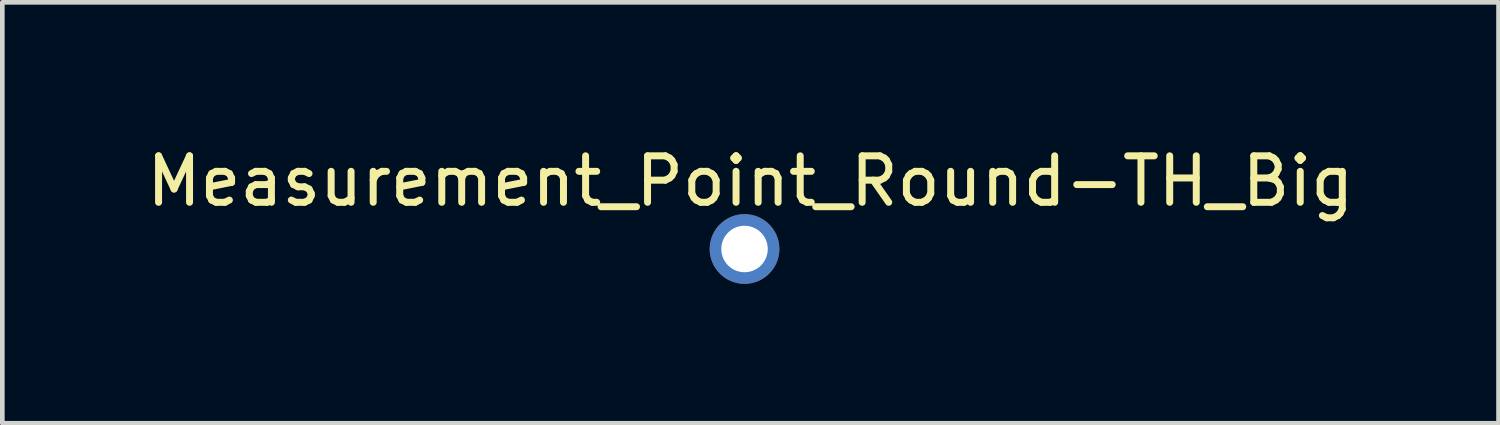
<source format=kicad_pcb>
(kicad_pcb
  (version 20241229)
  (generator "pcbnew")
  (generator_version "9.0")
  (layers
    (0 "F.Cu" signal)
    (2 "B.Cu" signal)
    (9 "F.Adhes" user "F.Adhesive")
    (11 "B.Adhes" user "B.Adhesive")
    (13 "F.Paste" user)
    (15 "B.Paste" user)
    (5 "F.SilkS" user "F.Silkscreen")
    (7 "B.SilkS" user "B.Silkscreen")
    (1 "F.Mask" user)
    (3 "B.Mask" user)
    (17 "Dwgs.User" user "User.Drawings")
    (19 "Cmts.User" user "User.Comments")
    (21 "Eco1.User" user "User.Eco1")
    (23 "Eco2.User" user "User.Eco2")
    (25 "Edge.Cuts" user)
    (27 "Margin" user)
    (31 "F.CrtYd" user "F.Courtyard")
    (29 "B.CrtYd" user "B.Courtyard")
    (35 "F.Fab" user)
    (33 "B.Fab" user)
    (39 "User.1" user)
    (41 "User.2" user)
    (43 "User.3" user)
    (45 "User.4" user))
  (footprint "Measurement_Point_Round-TH_Big"
    (layer "F.Cu")
    (at 12.974 2.309)
    (property "Reference" "Measurement_Point_Round-TH_Big" (at 0.127 -1.46 0) (layer "F.SilkS") (effects (font (size 1 1) (thickness 0.15))))
    (attr exclude_from_pos_files exclude_from_bom)
    (pad "1" thru_hole circle (at 0 0) (size 1.5 1.5) (drill 1) (layers "*.Cu" "*.Mask")))
  (gr_rect
    (start -3 -3)
    (end 29.202 6.059)
    (stroke (width 0.1) (type default))
    (fill no)
    (layer "Edge.Cuts")))
</source>
